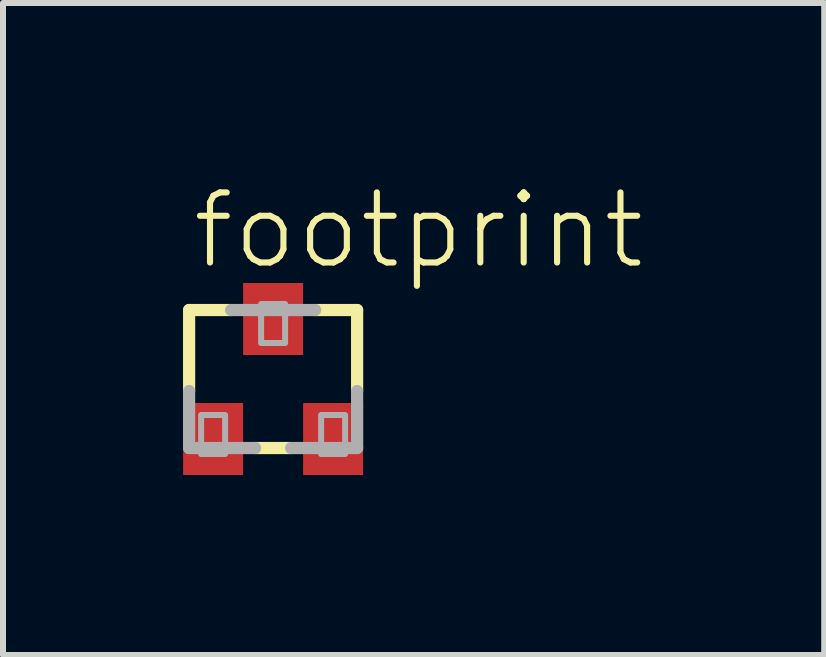
<source format=kicad_pcb>
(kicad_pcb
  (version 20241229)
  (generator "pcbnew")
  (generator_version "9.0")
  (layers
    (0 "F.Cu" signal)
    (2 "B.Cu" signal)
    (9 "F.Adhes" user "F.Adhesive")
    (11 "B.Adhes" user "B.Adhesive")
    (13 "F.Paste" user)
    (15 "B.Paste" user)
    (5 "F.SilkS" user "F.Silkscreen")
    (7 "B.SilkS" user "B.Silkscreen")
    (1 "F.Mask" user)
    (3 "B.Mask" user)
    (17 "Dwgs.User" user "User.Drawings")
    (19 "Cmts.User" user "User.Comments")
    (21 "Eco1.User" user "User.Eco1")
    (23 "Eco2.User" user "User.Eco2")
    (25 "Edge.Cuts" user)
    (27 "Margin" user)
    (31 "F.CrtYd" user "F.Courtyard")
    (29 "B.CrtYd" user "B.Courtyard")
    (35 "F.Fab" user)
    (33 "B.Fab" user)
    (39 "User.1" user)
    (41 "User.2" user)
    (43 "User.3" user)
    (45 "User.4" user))
  (footprint "footprint"
    (layer "F.Cu")
    (at 1.502 3.267)
    (property "Reference" "footprint" (at -1.397 -1.794 0) (layer "F.SilkS") (effects (font (size 1.168 1.168) (thickness 0.102)) (justify left bottom)))
    (fp_line (start -1.4 -1.15) (end -1.4 0.2) (stroke (width 0.203) (type solid)) (layer "F.SilkS"))
    (fp_line (start -1.4 -1.15) (end -0.7 -1.15) (stroke (width 0.203) (type solid)) (layer "F.SilkS"))
    (fp_line (start -0.3 1.15) (end 0.3 1.15) (stroke (width 0.203) (type solid)) (layer "F.SilkS"))
    (fp_line (start 1.4 -1.15) (end 0.7 -1.15) (stroke (width 0.203) (type solid)) (layer "F.SilkS"))
    (fp_line (start 1.4 0.2) (end 1.4 -1.15) (stroke (width 0.203) (type solid)) (layer "F.SilkS"))
    (fp_line (start -1.4 0.2) (end -1.4 1.15) (stroke (width 0.203) (type solid)) (layer "F.Fab"))
    (fp_line (start -1.4 1.15) (end -0.3 1.15) (stroke (width 0.203) (type solid)) (layer "F.Fab"))
    (fp_line (start -0.7 -1.15) (end 0.7 -1.15) (stroke (width 0.203) (type solid)) (layer "F.Fab"))
    (fp_line (start 0.3 1.15) (end 1.4 1.15) (stroke (width 0.203) (type solid)) (layer "F.Fab"))
    (fp_line (start 1.4 1.15) (end 1.4 0.2) (stroke (width 0.203) (type solid)) (layer "F.Fab"))
    (fp_poly (pts (xy -1.2 1.25) (xy -0.8 1.25) (xy -0.8 0.6) (xy -1.2 0.6)) (stroke (width 0.1) (type solid)) (fill no) (layer "F.Fab"))
    (fp_poly (pts (xy -0.2 -0.6) (xy 0.2 -0.6) (xy 0.2 -1.25) (xy -0.2 -1.25)) (stroke (width 0.1) (type solid)) (fill no) (layer "F.Fab"))
    (fp_poly (pts (xy 0.8 1.25) (xy 1.2 1.25) (xy 1.2 0.6) (xy 0.8 0.6)) (stroke (width 0.1) (type solid)) (fill no) (layer "F.Fab"))
    (pad "A" smd rect (at -1 1) (size 1 1.2) (layers "F.Cu" "F.Mask" "F.Paste"))
    (pad "C" smd rect (at 0 -1) (size 1 1.2) (layers "F.Cu" "F.Mask" "F.Paste"))
    (pad "NC" smd rect (at 1 1) (size 1 1.2) (layers "F.Cu" "F.Mask" "F.Paste")))
  (gr_rect
    (start -3 -3)
    (end 10.687 7.867)
    (stroke (width 0.1) (type default))
    (fill no)
    (layer "Edge.Cuts")))
</source>
